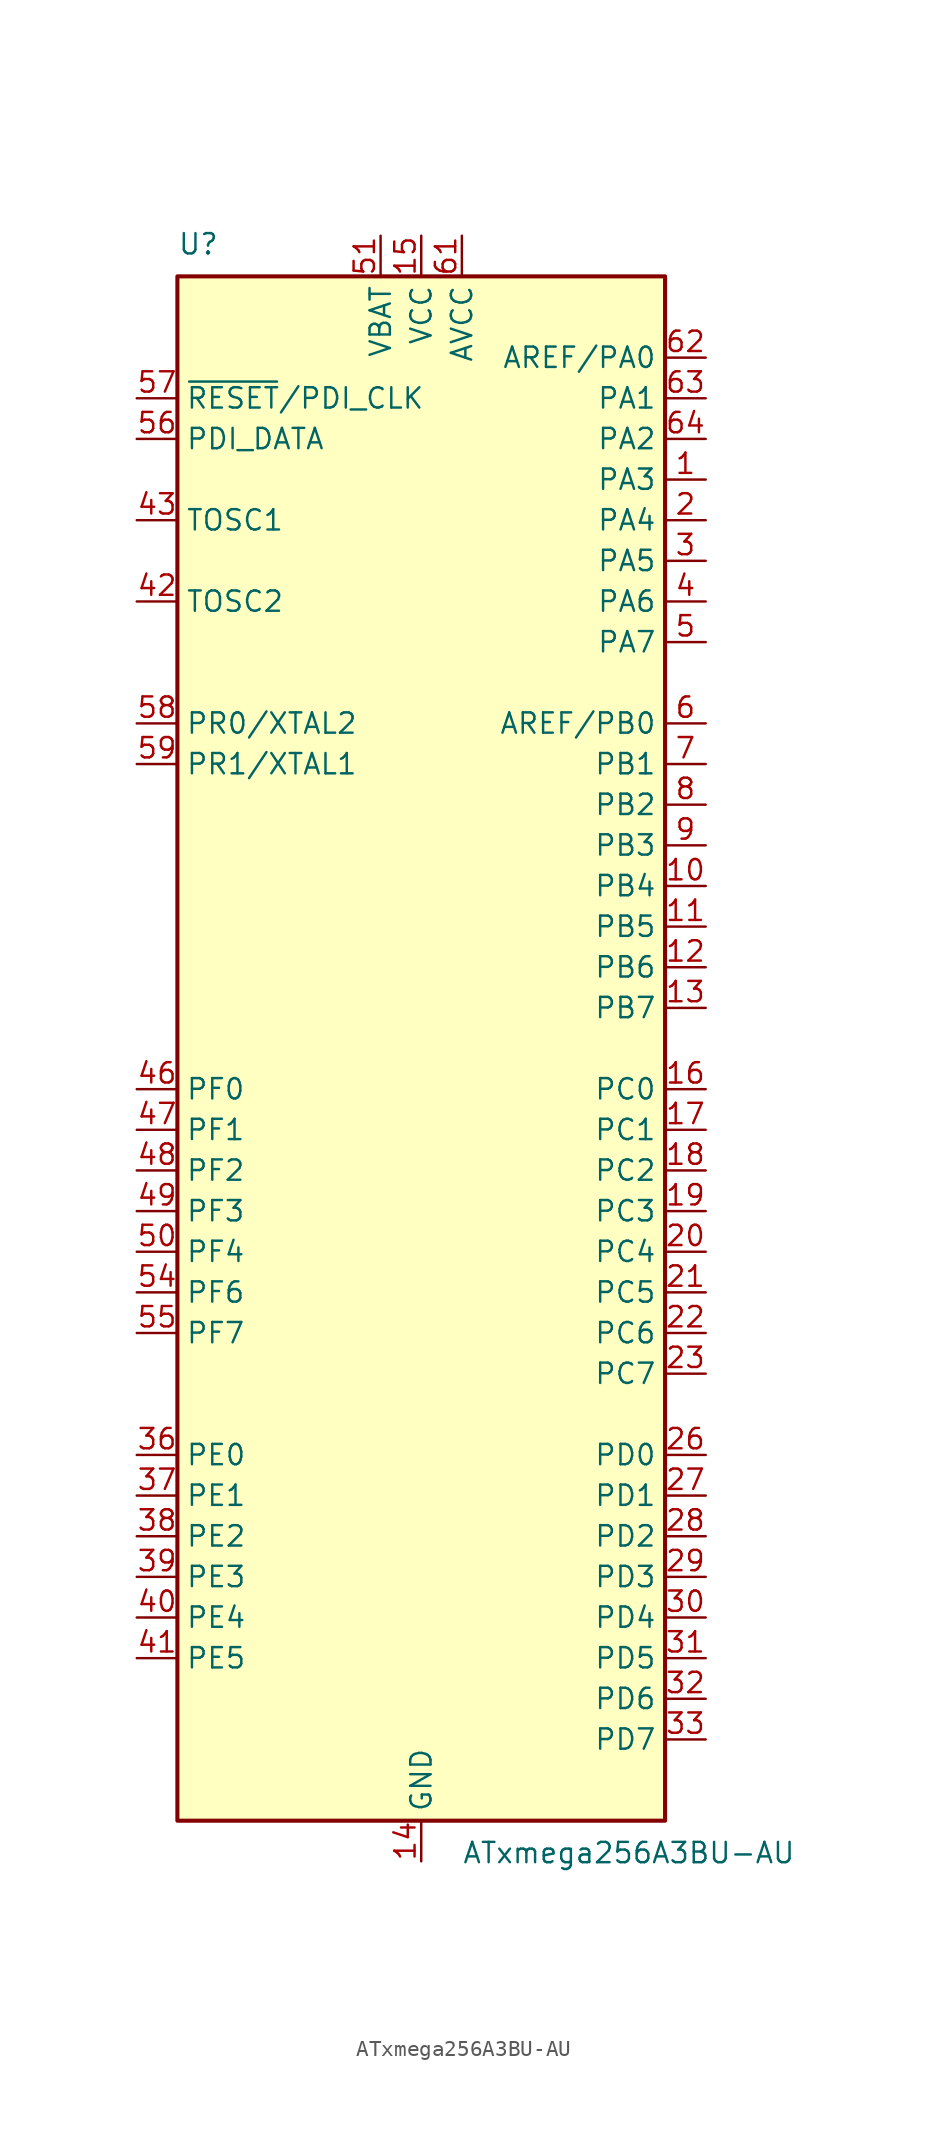
<source format=kicad_sym>
(kicad_symbol_lib
  (version 20211014)
  (generator kicad_symbol_editor)
  (symbol "ATxmega256A3BU-AU"
    (property "Reference" "U"
      (at -15.24 49.53 0)
      (effects (font (size 1.27 1.27)) (justify left bottom)))
    (property "Value" "ATxmega256A3BU-AU"
      (at 2.54 -49.53 0)
      (effects (font (size 1.27 1.27)) (justify left top)))
    (symbol "ATxmega256A3BU-AU_0_1"
      (rectangle (start -15.24 -48.26) (end 15.24 48.26) (stroke (width 0.254) (type default) (color 0 0 0 0)) (fill (type background))))
    (symbol "ATxmega256A3BU-AU_1_1"
      (pin bidirectional line (at 17.78 35.56 180) (length 2.54) (name "PA3" (effects (font (size 1.27 1.27)))) (number "1" (effects (font (size 1.27 1.27)))))
      (pin bidirectional line (at 17.78 10.16 180) (length 2.54) (name "PB4" (effects (font (size 1.27 1.27)))) (number "10" (effects (font (size 1.27 1.27)))))
      (pin bidirectional line (at 17.78 7.62 180) (length 2.54) (name "PB5" (effects (font (size 1.27 1.27)))) (number "11" (effects (font (size 1.27 1.27)))))
      (pin bidirectional line (at 17.78 5.08 180) (length 2.54) (name "PB6" (effects (font (size 1.27 1.27)))) (number "12" (effects (font (size 1.27 1.27)))))
      (pin bidirectional line (at 17.78 2.54 180) (length 2.54) (name "PB7" (effects (font (size 1.27 1.27)))) (number "13" (effects (font (size 1.27 1.27)))))
      (pin power_in line (at 0 -50.8 90) (length 2.54) (name "GND" (effects (font (size 1.27 1.27)))) (number "14" (effects (font (size 1.27 1.27)))))
      (pin power_in line (at 0 50.8 270) (length 2.54) (name "VCC" (effects (font (size 1.27 1.27)))) (number "15" (effects (font (size 1.27 1.27)))))
      (pin bidirectional line (at 17.78 -2.54 180) (length 2.54) (name "PC0" (effects (font (size 1.27 1.27)))) (number "16" (effects (font (size 1.27 1.27)))))
      (pin bidirectional line (at 17.78 -5.08 180) (length 2.54) (name "PC1" (effects (font (size 1.27 1.27)))) (number "17" (effects (font (size 1.27 1.27)))))
      (pin bidirectional line (at 17.78 -7.62 180) (length 2.54) (name "PC2" (effects (font (size 1.27 1.27)))) (number "18" (effects (font (size 1.27 1.27)))))
      (pin bidirectional line (at 17.78 -10.16 180) (length 2.54) (name "PC3" (effects (font (size 1.27 1.27)))) (number "19" (effects (font (size 1.27 1.27)))))
      (pin bidirectional line (at 17.78 33.02 180) (length 2.54) (name "PA4" (effects (font (size 1.27 1.27)))) (number "2" (effects (font (size 1.27 1.27)))))
      (pin bidirectional line (at 17.78 -12.7 180) (length 2.54) (name "PC4" (effects (font (size 1.27 1.27)))) (number "20" (effects (font (size 1.27 1.27)))))
      (pin bidirectional line (at 17.78 -15.24 180) (length 2.54) (name "PC5" (effects (font (size 1.27 1.27)))) (number "21" (effects (font (size 1.27 1.27)))))
      (pin bidirectional line (at 17.78 -17.78 180) (length 2.54) (name "PC6" (effects (font (size 1.27 1.27)))) (number "22" (effects (font (size 1.27 1.27)))))
      (pin bidirectional line (at 17.78 -20.32 180) (length 2.54) (name "PC7" (effects (font (size 1.27 1.27)))) (number "23" (effects (font (size 1.27 1.27)))))
      (pin passive line (at 0 -50.8 90) (length 2.54) hide (name "GND" (effects (font (size 1.27 1.27)))) (number "24" (effects (font (size 1.27 1.27)))))
      (pin passive line (at 0 50.8 270) (length 2.54) hide (name "VCC" (effects (font (size 1.27 1.27)))) (number "25" (effects (font (size 1.27 1.27)))))
      (pin bidirectional line (at 17.78 -25.4 180) (length 2.54) (name "PD0" (effects (font (size 1.27 1.27)))) (number "26" (effects (font (size 1.27 1.27)))))
      (pin bidirectional line (at 17.78 -27.94 180) (length 2.54) (name "PD1" (effects (font (size 1.27 1.27)))) (number "27" (effects (font (size 1.27 1.27)))))
      (pin bidirectional line (at 17.78 -30.48 180) (length 2.54) (name "PD2" (effects (font (size 1.27 1.27)))) (number "28" (effects (font (size 1.27 1.27)))))
      (pin bidirectional line (at 17.78 -33.02 180) (length 2.54) (name "PD3" (effects (font (size 1.27 1.27)))) (number "29" (effects (font (size 1.27 1.27)))))
      (pin bidirectional line (at 17.78 30.48 180) (length 2.54) (name "PA5" (effects (font (size 1.27 1.27)))) (number "3" (effects (font (size 1.27 1.27)))))
      (pin bidirectional line (at 17.78 -35.56 180) (length 2.54) (name "PD4" (effects (font (size 1.27 1.27)))) (number "30" (effects (font (size 1.27 1.27)))))
      (pin bidirectional line (at 17.78 -38.1 180) (length 2.54) (name "PD5" (effects (font (size 1.27 1.27)))) (number "31" (effects (font (size 1.27 1.27)))))
      (pin bidirectional line (at 17.78 -40.64 180) (length 2.54) (name "PD6" (effects (font (size 1.27 1.27)))) (number "32" (effects (font (size 1.27 1.27)))))
      (pin bidirectional line (at 17.78 -43.18 180) (length 2.54) (name "PD7" (effects (font (size 1.27 1.27)))) (number "33" (effects (font (size 1.27 1.27)))))
      (pin passive line (at 0 -50.8 90) (length 2.54) hide (name "GND" (effects (font (size 1.27 1.27)))) (number "34" (effects (font (size 1.27 1.27)))))
      (pin passive line (at 0 50.8 270) (length 2.54) hide (name "VCC" (effects (font (size 1.27 1.27)))) (number "35" (effects (font (size 1.27 1.27)))))
      (pin bidirectional line (at -17.78 -25.4 0) (length 2.54) (name "PE0" (effects (font (size 1.27 1.27)))) (number "36" (effects (font (size 1.27 1.27)))))
      (pin bidirectional line (at -17.78 -27.94 0) (length 2.54) (name "PE1" (effects (font (size 1.27 1.27)))) (number "37" (effects (font (size 1.27 1.27)))))
      (pin bidirectional line (at -17.78 -30.48 0) (length 2.54) (name "PE2" (effects (font (size 1.27 1.27)))) (number "38" (effects (font (size 1.27 1.27)))))
      (pin bidirectional line (at -17.78 -33.02 0) (length 2.54) (name "PE3" (effects (font (size 1.27 1.27)))) (number "39" (effects (font (size 1.27 1.27)))))
      (pin bidirectional line (at 17.78 27.94 180) (length 2.54) (name "PA6" (effects (font (size 1.27 1.27)))) (number "4" (effects (font (size 1.27 1.27)))))
      (pin bidirectional line (at -17.78 -35.56 0) (length 2.54) (name "PE4" (effects (font (size 1.27 1.27)))) (number "40" (effects (font (size 1.27 1.27)))))
      (pin bidirectional line (at -17.78 -38.1 0) (length 2.54) (name "PE5" (effects (font (size 1.27 1.27)))) (number "41" (effects (font (size 1.27 1.27)))))
      (pin passive line (at -17.78 27.94 0) (length 2.54) (name "TOSC2" (effects (font (size 1.27 1.27)))) (number "42" (effects (font (size 1.27 1.27)))))
      (pin input line (at -17.78 33.02 0) (length 2.54) (name "TOSC1" (effects (font (size 1.27 1.27)))) (number "43" (effects (font (size 1.27 1.27)))))
      (pin passive line (at 0 -50.8 90) (length 2.54) hide (name "GND" (effects (font (size 1.27 1.27)))) (number "44" (effects (font (size 1.27 1.27)))))
      (pin passive line (at 0 50.8 270) (length 2.54) hide (name "VCC" (effects (font (size 1.27 1.27)))) (number "45" (effects (font (size 1.27 1.27)))))
      (pin bidirectional line (at -17.78 -2.54 0) (length 2.54) (name "PF0" (effects (font (size 1.27 1.27)))) (number "46" (effects (font (size 1.27 1.27)))))
      (pin bidirectional line (at -17.78 -5.08 0) (length 2.54) (name "PF1" (effects (font (size 1.27 1.27)))) (number "47" (effects (font (size 1.27 1.27)))))
      (pin bidirectional line (at -17.78 -7.62 0) (length 2.54) (name "PF2" (effects (font (size 1.27 1.27)))) (number "48" (effects (font (size 1.27 1.27)))))
      (pin bidirectional line (at -17.78 -10.16 0) (length 2.54) (name "PF3" (effects (font (size 1.27 1.27)))) (number "49" (effects (font (size 1.27 1.27)))))
      (pin bidirectional line (at 17.78 25.4 180) (length 2.54) (name "PA7" (effects (font (size 1.27 1.27)))) (number "5" (effects (font (size 1.27 1.27)))))
      (pin bidirectional line (at -17.78 -12.7 0) (length 2.54) (name "PF4" (effects (font (size 1.27 1.27)))) (number "50" (effects (font (size 1.27 1.27)))))
      (pin power_in line (at -2.54 50.8 270) (length 2.54) (name "VBAT" (effects (font (size 1.27 1.27)))) (number "51" (effects (font (size 1.27 1.27)))))
      (pin passive line (at 0 -50.8 90) (length 2.54) hide (name "GND" (effects (font (size 1.27 1.27)))) (number "52" (effects (font (size 1.27 1.27)))))
      (pin passive line (at 0 50.8 270) (length 2.54) hide (name "VCC" (effects (font (size 1.27 1.27)))) (number "53" (effects (font (size 1.27 1.27)))))
      (pin bidirectional line (at -17.78 -15.24 0) (length 2.54) (name "PF6" (effects (font (size 1.27 1.27)))) (number "54" (effects (font (size 1.27 1.27)))))
      (pin bidirectional line (at -17.78 -17.78 0) (length 2.54) (name "PF7" (effects (font (size 1.27 1.27)))) (number "55" (effects (font (size 1.27 1.27)))))
      (pin bidirectional line (at -17.78 38.1 0) (length 2.54) (name "PDI_DATA" (effects (font (size 1.27 1.27)))) (number "56" (effects (font (size 1.27 1.27)))))
      (pin input line (at -17.78 40.64 0) (length 2.54) (name "~{RESET}/PDI_CLK" (effects (font (size 1.27 1.27)))) (number "57" (effects (font (size 1.27 1.27)))))
      (pin bidirectional line (at -17.78 20.32 0) (length 2.54) (name "PR0/XTAL2" (effects (font (size 1.27 1.27)))) (number "58" (effects (font (size 1.27 1.27)))))
      (pin bidirectional line (at -17.78 17.78 0) (length 2.54) (name "PR1/XTAL1" (effects (font (size 1.27 1.27)))) (number "59" (effects (font (size 1.27 1.27)))))
      (pin bidirectional line (at 17.78 20.32 180) (length 2.54) (name "AREF/PB0" (effects (font (size 1.27 1.27)))) (number "6" (effects (font (size 1.27 1.27)))))
      (pin passive line (at 0 -50.8 90) (length 2.54) hide (name "GND" (effects (font (size 1.27 1.27)))) (number "60" (effects (font (size 1.27 1.27)))))
      (pin power_in line (at 2.54 50.8 270) (length 2.54) (name "AVCC" (effects (font (size 1.27 1.27)))) (number "61" (effects (font (size 1.27 1.27)))))
      (pin bidirectional line (at 17.78 43.18 180) (length 2.54) (name "AREF/PA0" (effects (font (size 1.27 1.27)))) (number "62" (effects (font (size 1.27 1.27)))))
      (pin bidirectional line (at 17.78 40.64 180) (length 2.54) (name "PA1" (effects (font (size 1.27 1.27)))) (number "63" (effects (font (size 1.27 1.27)))))
      (pin bidirectional line (at 17.78 38.1 180) (length 2.54) (name "PA2" (effects (font (size 1.27 1.27)))) (number "64" (effects (font (size 1.27 1.27)))))
      (pin bidirectional line (at 17.78 17.78 180) (length 2.54) (name "PB1" (effects (font (size 1.27 1.27)))) (number "7" (effects (font (size 1.27 1.27)))))
      (pin bidirectional line (at 17.78 15.24 180) (length 2.54) (name "PB2" (effects (font (size 1.27 1.27)))) (number "8" (effects (font (size 1.27 1.27)))))
      (pin bidirectional line (at 17.78 12.7 180) (length 2.54) (name "PB3" (effects (font (size 1.27 1.27)))) (number "9" (effects (font (size 1.27 1.27))))))))
</source>
